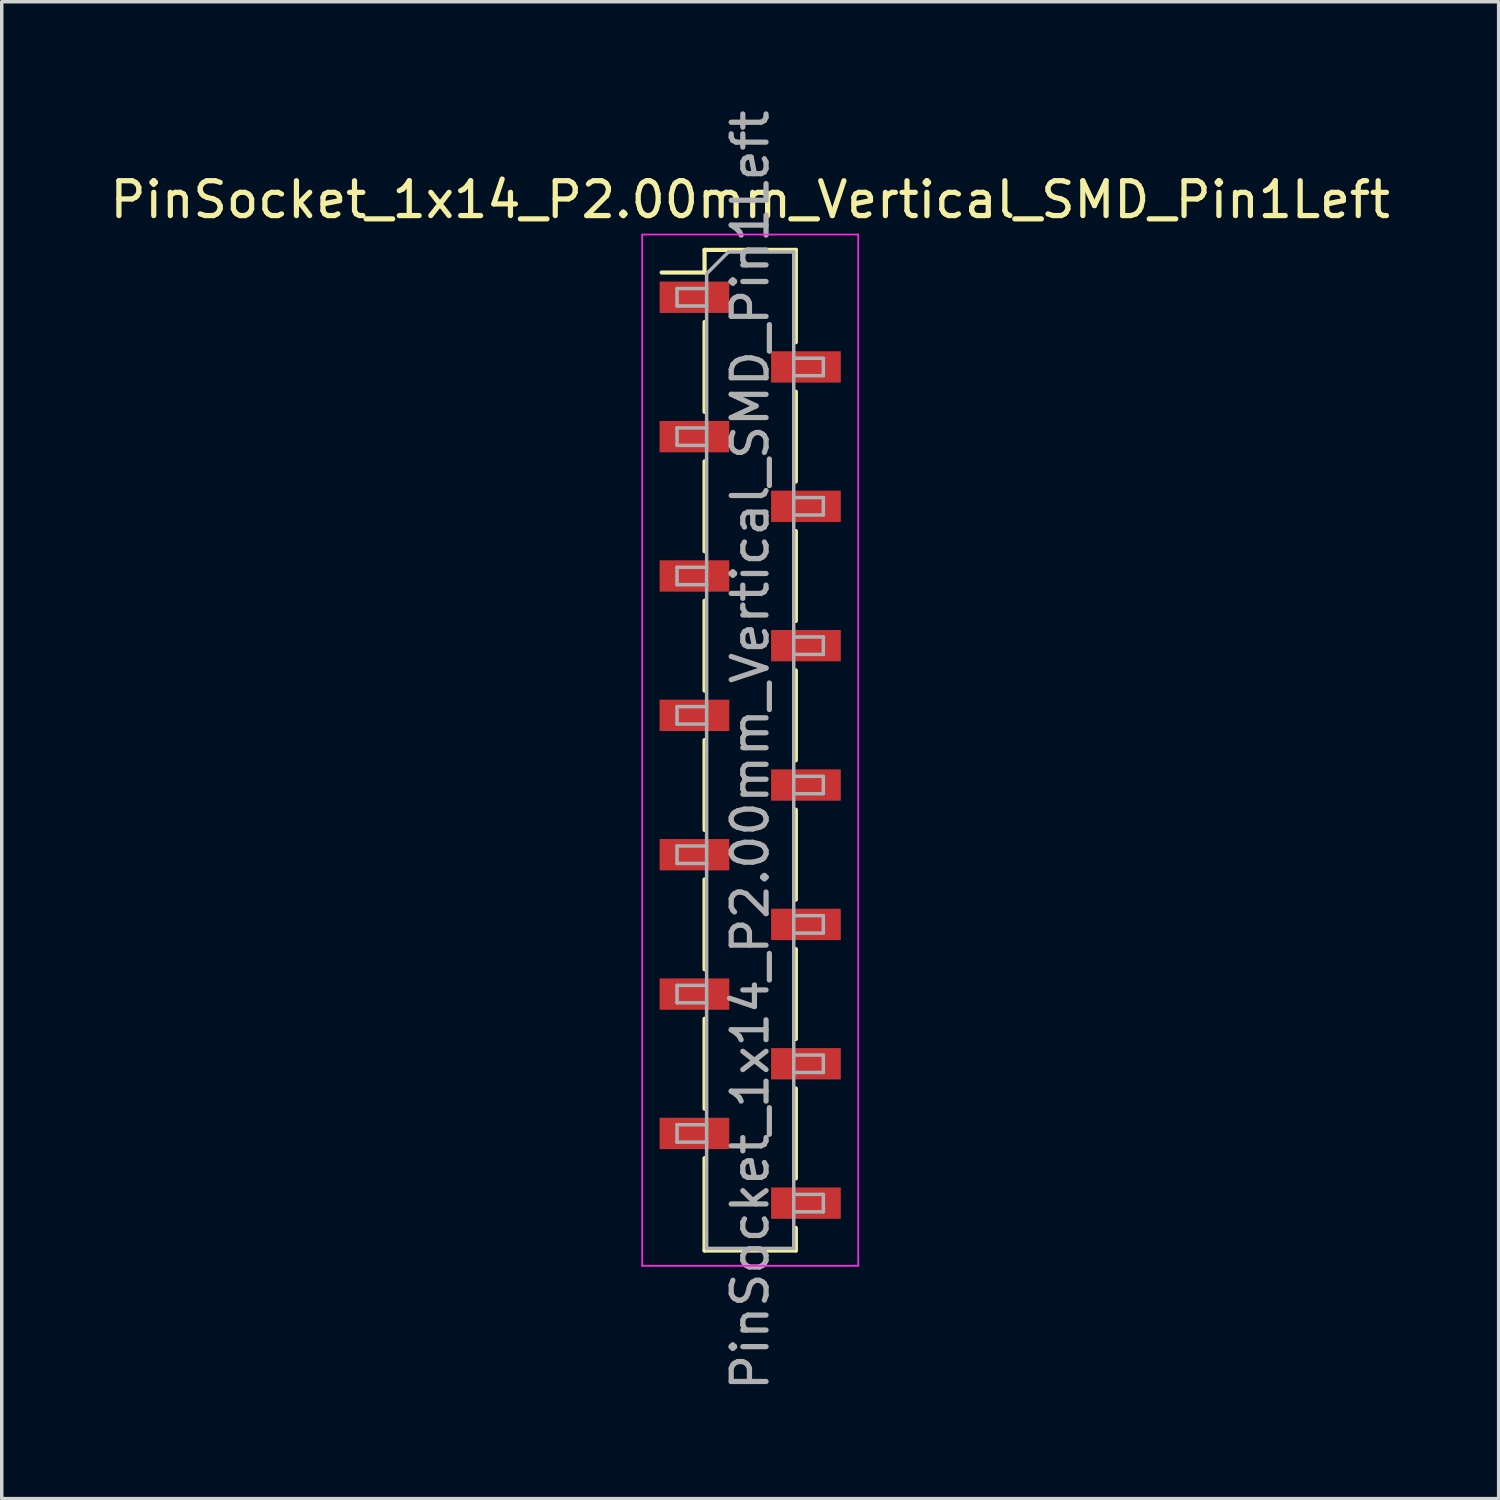
<source format=kicad_pcb>
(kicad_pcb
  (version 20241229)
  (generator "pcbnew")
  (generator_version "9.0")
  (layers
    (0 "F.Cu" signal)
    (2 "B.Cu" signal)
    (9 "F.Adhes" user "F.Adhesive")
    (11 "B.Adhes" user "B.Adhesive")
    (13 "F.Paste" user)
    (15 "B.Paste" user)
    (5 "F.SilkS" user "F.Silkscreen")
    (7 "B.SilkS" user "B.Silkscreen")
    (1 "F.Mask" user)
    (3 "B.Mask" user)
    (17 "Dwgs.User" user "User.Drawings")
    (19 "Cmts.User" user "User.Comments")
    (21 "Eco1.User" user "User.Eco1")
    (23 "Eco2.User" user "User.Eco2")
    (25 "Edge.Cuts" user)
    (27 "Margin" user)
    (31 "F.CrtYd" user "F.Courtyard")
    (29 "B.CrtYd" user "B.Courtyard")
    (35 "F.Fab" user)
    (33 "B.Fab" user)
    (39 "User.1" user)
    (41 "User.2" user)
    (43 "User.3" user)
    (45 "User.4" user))
  (footprint "PinSocket_1x14_P2.00mm_Vertical_SMD_Pin1Left"
    (layer "F.Cu")
    (at 18.482 18.482)
    (property "Reference" "PinSocket_1x14_P2.00mm_Vertical_SMD_Pin1Left" (at 0 -15.8 0) (layer "F.SilkS") (effects (font (size 1 1) (thickness 0.15))))
    (attr smd)
    (fp_line (start -2.54 -13.71) (end -1.31 -13.71) (stroke (width 0.12) (type solid)) (layer "F.SilkS"))
    (fp_line (start -1.31 -14.36) (end -1.31 -13.71) (stroke (width 0.12) (type solid)) (layer "F.SilkS"))
    (fp_line (start -1.31 -14.36) (end 1.31 -14.36) (stroke (width 0.12) (type solid)) (layer "F.SilkS"))
    (fp_line (start -1.31 -12.29) (end -1.31 -9.71) (stroke (width 0.12) (type solid)) (layer "F.SilkS"))
    (fp_line (start -1.31 -8.29) (end -1.31 -5.71) (stroke (width 0.12) (type solid)) (layer "F.SilkS"))
    (fp_line (start -1.31 -4.29) (end -1.31 -1.71) (stroke (width 0.12) (type solid)) (layer "F.SilkS"))
    (fp_line (start -1.31 -0.29) (end -1.31 2.29) (stroke (width 0.12) (type solid)) (layer "F.SilkS"))
    (fp_line (start -1.31 3.71) (end -1.31 6.29) (stroke (width 0.12) (type solid)) (layer "F.SilkS"))
    (fp_line (start -1.31 7.71) (end -1.31 10.29) (stroke (width 0.12) (type solid)) (layer "F.SilkS"))
    (fp_line (start -1.31 11.71) (end -1.31 14.36) (stroke (width 0.12) (type solid)) (layer "F.SilkS"))
    (fp_line (start -1.31 14.36) (end 1.31 14.36) (stroke (width 0.12) (type solid)) (layer "F.SilkS"))
    (fp_line (start 1.31 -14.36) (end 1.31 -11.71) (stroke (width 0.12) (type solid)) (layer "F.SilkS"))
    (fp_line (start 1.31 -10.29) (end 1.31 -7.71) (stroke (width 0.12) (type solid)) (layer "F.SilkS"))
    (fp_line (start 1.31 -6.29) (end 1.31 -3.71) (stroke (width 0.12) (type solid)) (layer "F.SilkS"))
    (fp_line (start 1.31 -2.29) (end 1.31 0.29) (stroke (width 0.12) (type solid)) (layer "F.SilkS"))
    (fp_line (start 1.31 1.71) (end 1.31 4.29) (stroke (width 0.12) (type solid)) (layer "F.SilkS"))
    (fp_line (start 1.31 5.71) (end 1.31 8.29) (stroke (width 0.12) (type solid)) (layer "F.SilkS"))
    (fp_line (start 1.31 9.71) (end 1.31 12.29) (stroke (width 0.12) (type solid)) (layer "F.SilkS"))
    (fp_line (start 1.31 13.71) (end 1.31 14.36) (stroke (width 0.12) (type solid)) (layer "F.SilkS"))
    (fp_line (start -3.1 -14.8) (end 3.1 -14.8) (stroke (width 0.05) (type solid)) (layer "F.CrtYd"))
    (fp_line (start -3.1 14.8) (end -3.1 -14.8) (stroke (width 0.05) (type solid)) (layer "F.CrtYd"))
    (fp_line (start 3.1 -14.8) (end 3.1 14.8) (stroke (width 0.05) (type solid)) (layer "F.CrtYd"))
    (fp_line (start 3.1 14.8) (end -3.1 14.8) (stroke (width 0.05) (type solid)) (layer "F.CrtYd"))
    (fp_line (start -2.1 -13.25) (end -1.25 -13.25) (stroke (width 0.1) (type solid)) (layer "F.Fab"))
    (fp_line (start -2.1 -12.75) (end -2.1 -13.25) (stroke (width 0.1) (type solid)) (layer "F.Fab"))
    (fp_line (start -2.1 -9.25) (end -1.25 -9.25) (stroke (width 0.1) (type solid)) (layer "F.Fab"))
    (fp_line (start -2.1 -8.75) (end -2.1 -9.25) (stroke (width 0.1) (type solid)) (layer "F.Fab"))
    (fp_line (start -2.1 -5.25) (end -1.25 -5.25) (stroke (width 0.1) (type solid)) (layer "F.Fab"))
    (fp_line (start -2.1 -4.75) (end -2.1 -5.25) (stroke (width 0.1) (type solid)) (layer "F.Fab"))
    (fp_line (start -2.1 -1.25) (end -1.25 -1.25) (stroke (width 0.1) (type solid)) (layer "F.Fab"))
    (fp_line (start -2.1 -0.75) (end -2.1 -1.25) (stroke (width 0.1) (type solid)) (layer "F.Fab"))
    (fp_line (start -2.1 2.75) (end -1.25 2.75) (stroke (width 0.1) (type solid)) (layer "F.Fab"))
    (fp_line (start -2.1 3.25) (end -2.1 2.75) (stroke (width 0.1) (type solid)) (layer "F.Fab"))
    (fp_line (start -2.1 6.75) (end -1.25 6.75) (stroke (width 0.1) (type solid)) (layer "F.Fab"))
    (fp_line (start -2.1 7.25) (end -2.1 6.75) (stroke (width 0.1) (type solid)) (layer "F.Fab"))
    (fp_line (start -2.1 10.75) (end -1.25 10.75) (stroke (width 0.1) (type solid)) (layer "F.Fab"))
    (fp_line (start -2.1 11.25) (end -2.1 10.75) (stroke (width 0.1) (type solid)) (layer "F.Fab"))
    (fp_line (start -1.25 -13.675) (end -0.625 -14.3) (stroke (width 0.1) (type solid)) (layer "F.Fab"))
    (fp_line (start -1.25 -12.75) (end -2.1 -12.75) (stroke (width 0.1) (type solid)) (layer "F.Fab"))
    (fp_line (start -1.25 -8.75) (end -2.1 -8.75) (stroke (width 0.1) (type solid)) (layer "F.Fab"))
    (fp_line (start -1.25 -4.75) (end -2.1 -4.75) (stroke (width 0.1) (type solid)) (layer "F.Fab"))
    (fp_line (start -1.25 -0.75) (end -2.1 -0.75) (stroke (width 0.1) (type solid)) (layer "F.Fab"))
    (fp_line (start -1.25 3.25) (end -2.1 3.25) (stroke (width 0.1) (type solid)) (layer "F.Fab"))
    (fp_line (start -1.25 7.25) (end -2.1 7.25) (stroke (width 0.1) (type solid)) (layer "F.Fab"))
    (fp_line (start -1.25 11.25) (end -2.1 11.25) (stroke (width 0.1) (type solid)) (layer "F.Fab"))
    (fp_line (start -1.25 14.3) (end -1.25 -13.675) (stroke (width 0.1) (type solid)) (layer "F.Fab"))
    (fp_line (start -0.625 -14.3) (end 1.25 -14.3) (stroke (width 0.1) (type solid)) (layer "F.Fab"))
    (fp_line (start 1.25 -14.3) (end 1.25 14.3) (stroke (width 0.1) (type solid)) (layer "F.Fab"))
    (fp_line (start 1.25 -11.25) (end 2.1 -11.25) (stroke (width 0.1) (type solid)) (layer "F.Fab"))
    (fp_line (start 1.25 -7.25) (end 2.1 -7.25) (stroke (width 0.1) (type solid)) (layer "F.Fab"))
    (fp_line (start 1.25 -3.25) (end 2.1 -3.25) (stroke (width 0.1) (type solid)) (layer "F.Fab"))
    (fp_line (start 1.25 0.75) (end 2.1 0.75) (stroke (width 0.1) (type solid)) (layer "F.Fab"))
    (fp_line (start 1.25 4.75) (end 2.1 4.75) (stroke (width 0.1) (type solid)) (layer "F.Fab"))
    (fp_line (start 1.25 8.75) (end 2.1 8.75) (stroke (width 0.1) (type solid)) (layer "F.Fab"))
    (fp_line (start 1.25 12.75) (end 2.1 12.75) (stroke (width 0.1) (type solid)) (layer "F.Fab"))
    (fp_line (start 1.25 14.3) (end -1.25 14.3) (stroke (width 0.1) (type solid)) (layer "F.Fab"))
    (fp_line (start 2.1 -11.25) (end 2.1 -10.75) (stroke (width 0.1) (type solid)) (layer "F.Fab"))
    (fp_line (start 2.1 -10.75) (end 1.25 -10.75) (stroke (width 0.1) (type solid)) (layer "F.Fab"))
    (fp_line (start 2.1 -7.25) (end 2.1 -6.75) (stroke (width 0.1) (type solid)) (layer "F.Fab"))
    (fp_line (start 2.1 -6.75) (end 1.25 -6.75) (stroke (width 0.1) (type solid)) (layer "F.Fab"))
    (fp_line (start 2.1 -3.25) (end 2.1 -2.75) (stroke (width 0.1) (type solid)) (layer "F.Fab"))
    (fp_line (start 2.1 -2.75) (end 1.25 -2.75) (stroke (width 0.1) (type solid)) (layer "F.Fab"))
    (fp_line (start 2.1 0.75) (end 2.1 1.25) (stroke (width 0.1) (type solid)) (layer "F.Fab"))
    (fp_line (start 2.1 1.25) (end 1.25 1.25) (stroke (width 0.1) (type solid)) (layer "F.Fab"))
    (fp_line (start 2.1 4.75) (end 2.1 5.25) (stroke (width 0.1) (type solid)) (layer "F.Fab"))
    (fp_line (start 2.1 5.25) (end 1.25 5.25) (stroke (width 0.1) (type solid)) (layer "F.Fab"))
    (fp_line (start 2.1 8.75) (end 2.1 9.25) (stroke (width 0.1) (type solid)) (layer "F.Fab"))
    (fp_line (start 2.1 9.25) (end 1.25 9.25) (stroke (width 0.1) (type solid)) (layer "F.Fab"))
    (fp_line (start 2.1 12.75) (end 2.1 13.25) (stroke (width 0.1) (type solid)) (layer "F.Fab"))
    (fp_line (start 2.1 13.25) (end 1.25 13.25) (stroke (width 0.1) (type solid)) (layer "F.Fab"))
    (fp_text user "${REFERENCE}" (at 0 0 90) (layer "F.Fab") (effects (font (size 1 1) (thickness 0.15))))
    (pad "1" smd rect (at -1.6 -13) (size 2 0.9) (layers "F.Cu" "F.Mask" "F.Paste"))
    (pad "2" smd rect (at 1.6 -11) (size 2 0.9) (layers "F.Cu" "F.Mask" "F.Paste"))
    (pad "3" smd rect (at -1.6 -9) (size 2 0.9) (layers "F.Cu" "F.Mask" "F.Paste"))
    (pad "4" smd rect (at 1.6 -7) (size 2 0.9) (layers "F.Cu" "F.Mask" "F.Paste"))
    (pad "5" smd rect (at -1.6 -5) (size 2 0.9) (layers "F.Cu" "F.Mask" "F.Paste"))
    (pad "6" smd rect (at 1.6 -3) (size 2 0.9) (layers "F.Cu" "F.Mask" "F.Paste"))
    (pad "7" smd rect (at -1.6 -1) (size 2 0.9) (layers "F.Cu" "F.Mask" "F.Paste"))
    (pad "8" smd rect (at 1.6 1) (size 2 0.9) (layers "F.Cu" "F.Mask" "F.Paste"))
    (pad "9" smd rect (at -1.6 3) (size 2 0.9) (layers "F.Cu" "F.Mask" "F.Paste"))
    (pad "10" smd rect (at 1.6 5) (size 2 0.9) (layers "F.Cu" "F.Mask" "F.Paste"))
    (pad "11" smd rect (at -1.6 7) (size 2 0.9) (layers "F.Cu" "F.Mask" "F.Paste"))
    (pad "12" smd rect (at 1.6 9) (size 2 0.9) (layers "F.Cu" "F.Mask" "F.Paste"))
    (pad "13" smd rect (at -1.6 11) (size 2 0.9) (layers "F.Cu" "F.Mask" "F.Paste"))
    (pad "14" smd rect (at 1.6 13) (size 2 0.9) (layers "F.Cu" "F.Mask" "F.Paste")))
  (gr_rect
    (start -3 -3)
    (end 39.964 39.964)
    (stroke (width 0.1) (type default))
    (fill no)
    (layer "Edge.Cuts")))
</source>
